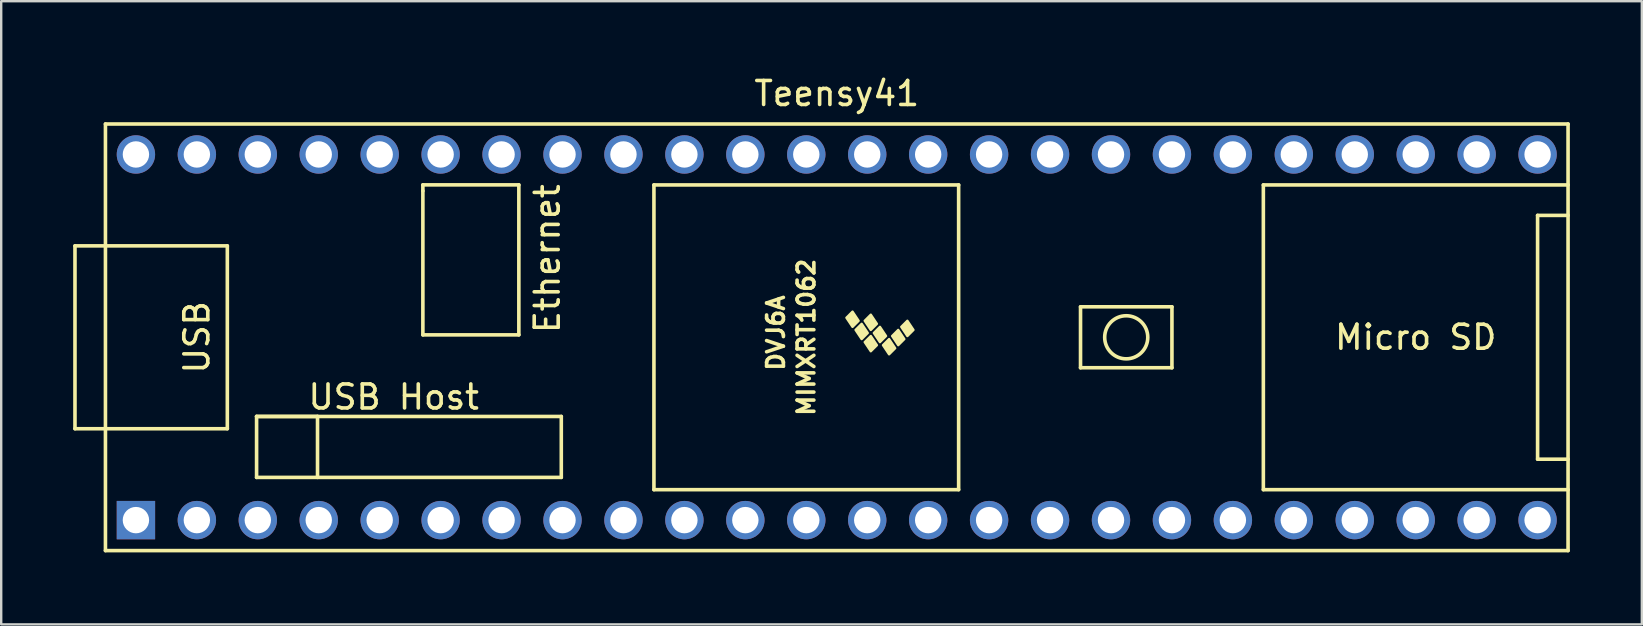
<source format=kicad_pcb>
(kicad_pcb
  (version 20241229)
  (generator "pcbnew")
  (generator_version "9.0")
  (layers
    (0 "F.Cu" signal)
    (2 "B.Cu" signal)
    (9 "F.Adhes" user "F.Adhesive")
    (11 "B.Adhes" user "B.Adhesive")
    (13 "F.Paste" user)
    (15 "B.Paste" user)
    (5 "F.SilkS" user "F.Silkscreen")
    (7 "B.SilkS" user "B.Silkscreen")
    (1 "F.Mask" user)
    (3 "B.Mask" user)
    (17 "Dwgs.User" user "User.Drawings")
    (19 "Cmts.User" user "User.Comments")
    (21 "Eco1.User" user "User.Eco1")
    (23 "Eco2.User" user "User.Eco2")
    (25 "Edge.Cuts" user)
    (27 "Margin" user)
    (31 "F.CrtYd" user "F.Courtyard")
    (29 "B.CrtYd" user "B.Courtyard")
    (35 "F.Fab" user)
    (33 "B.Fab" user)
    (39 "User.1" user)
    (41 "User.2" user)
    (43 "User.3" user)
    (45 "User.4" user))
  (footprint "Teensy41"
    (layer "F.Cu")
    (at 31.825 11.008)
    (property "Reference" "Teensy41" (at 0 -10.16 0) (layer "F.SilkS") (effects (font (size 1 1) (thickness 0.15))))
    (attr through_hole)
    (fp_line (start -31.75 -3.81) (end -30.48 -3.81) (stroke (width 0.15) (type solid)) (layer "F.SilkS"))
    (fp_line (start -31.75 3.81) (end -31.75 -3.81) (stroke (width 0.15) (type solid)) (layer "F.SilkS"))
    (fp_line (start -30.48 -8.89) (end 30.48 -8.89) (stroke (width 0.15) (type solid)) (layer "F.SilkS"))
    (fp_line (start -30.48 3.81) (end -31.75 3.81) (stroke (width 0.15) (type solid)) (layer "F.SilkS"))
    (fp_line (start -30.48 8.89) (end -30.48 -8.89) (stroke (width 0.15) (type solid)) (layer "F.SilkS"))
    (fp_line (start -25.4 -3.81) (end -30.48 -3.81) (stroke (width 0.15) (type solid)) (layer "F.SilkS"))
    (fp_line (start -25.4 3.81) (end -30.48 3.81) (stroke (width 0.15) (type solid)) (layer "F.SilkS"))
    (fp_line (start -25.4 3.81) (end -25.4 -3.81) (stroke (width 0.15) (type solid)) (layer "F.SilkS"))
    (fp_line (start -24.181 3.299) (end -21.641 3.299) (stroke (width 0.15) (type solid)) (layer "F.SilkS"))
    (fp_line (start -24.181 3.299) (end -11.481 3.299) (stroke (width 0.15) (type solid)) (layer "F.SilkS"))
    (fp_line (start -24.181 5.839) (end -24.181 3.299) (stroke (width 0.15) (type solid)) (layer "F.SilkS"))
    (fp_line (start -21.641 3.299) (end -21.641 5.839) (stroke (width 0.15) (type solid)) (layer "F.SilkS"))
    (fp_line (start -17.25 -6.352) (end -17.25 -6.102) (stroke (width 0.15) (type solid)) (layer "F.SilkS"))
    (fp_line (start -17.25 -6.102) (end -17.25 -0.102) (stroke (width 0.15) (type solid)) (layer "F.SilkS"))
    (fp_line (start -17.25 -0.102) (end -13.25 -0.102) (stroke (width 0.15) (type solid)) (layer "F.SilkS"))
    (fp_line (start -13.25 -6.352) (end -17.25 -6.352) (stroke (width 0.15) (type solid)) (layer "F.SilkS"))
    (fp_line (start -13.25 -0.102) (end -13.25 -6.352) (stroke (width 0.15) (type solid)) (layer "F.SilkS"))
    (fp_line (start -11.481 3.299) (end -11.481 5.839) (stroke (width 0.15) (type solid)) (layer "F.SilkS"))
    (fp_line (start -11.481 5.839) (end -24.181 5.839) (stroke (width 0.15) (type solid)) (layer "F.SilkS"))
    (fp_line (start -7.62 -6.35) (end -7.62 6.35) (stroke (width 0.15) (type solid)) (layer "F.SilkS"))
    (fp_line (start -7.62 6.35) (end 5.08 6.35) (stroke (width 0.15) (type solid)) (layer "F.SilkS"))
    (fp_line (start 5.08 -6.35) (end -7.62 -6.35) (stroke (width 0.15) (type solid)) (layer "F.SilkS"))
    (fp_line (start 5.08 6.35) (end 5.08 -6.35) (stroke (width 0.15) (type solid)) (layer "F.SilkS"))
    (fp_line (start 10.16 -1.27) (end 13.97 -1.27) (stroke (width 0.15) (type solid)) (layer "F.SilkS"))
    (fp_line (start 10.16 1.27) (end 10.16 -1.27) (stroke (width 0.15) (type solid)) (layer "F.SilkS"))
    (fp_line (start 13.97 -1.27) (end 13.97 1.27) (stroke (width 0.15) (type solid)) (layer "F.SilkS"))
    (fp_line (start 13.97 1.27) (end 10.16 1.27) (stroke (width 0.15) (type solid)) (layer "F.SilkS"))
    (fp_line (start 17.78 -6.35) (end 17.78 6.35) (stroke (width 0.15) (type solid)) (layer "F.SilkS"))
    (fp_line (start 17.78 6.35) (end 30.48 6.35) (stroke (width 0.15) (type solid)) (layer "F.SilkS"))
    (fp_line (start 29.21 -5.08) (end 29.21 5.08) (stroke (width 0.15) (type solid)) (layer "F.SilkS"))
    (fp_line (start 29.21 5.08) (end 30.48 5.08) (stroke (width 0.15) (type solid)) (layer "F.SilkS"))
    (fp_line (start 30.48 -8.89) (end 30.48 8.89) (stroke (width 0.15) (type solid)) (layer "F.SilkS"))
    (fp_line (start 30.48 -6.35) (end 17.78 -6.35) (stroke (width 0.15) (type solid)) (layer "F.SilkS"))
    (fp_line (start 30.48 -5.08) (end 29.21 -5.08) (stroke (width 0.15) (type solid)) (layer "F.SilkS"))
    (fp_line (start 30.48 8.89) (end -30.48 8.89) (stroke (width 0.15) (type solid)) (layer "F.SilkS"))
    (fp_circle (center 12.065 0) (end 12.7 -0.635) (stroke (width 0.15) (type solid)) (fill no) (layer "F.SilkS"))
    (fp_poly (pts (xy 0.911 -0.688) (xy 0.657 -0.434) (xy 0.403 -0.815) (xy 0.657 -1.069)) (stroke (width 0.1) (type solid)) (fill yes) (layer "F.SilkS"))
    (fp_poly (pts (xy 1.292 -0.18) (xy 1.038 0.074) (xy 0.784 -0.307) (xy 1.038 -0.561)) (stroke (width 0.1) (type solid)) (fill yes) (layer "F.SilkS"))
    (fp_poly (pts (xy 1.673 -0.561) (xy 1.419 -0.307) (xy 1.165 -0.688) (xy 1.419 -0.942)) (stroke (width 0.1) (type solid)) (fill yes) (layer "F.SilkS"))
    (fp_poly (pts (xy 1.673 0.328) (xy 1.419 0.582) (xy 1.165 0.201) (xy 1.419 -0.053)) (stroke (width 0.1) (type solid)) (fill yes) (layer "F.SilkS"))
    (fp_poly (pts (xy 2.054 -0.053) (xy 1.8 0.201) (xy 1.546 -0.18) (xy 1.8 -0.434)) (stroke (width 0.1) (type solid)) (fill yes) (layer "F.SilkS"))
    (fp_poly (pts (xy 2.435 0.455) (xy 2.181 0.709) (xy 1.927 0.328) (xy 2.181 0.074)) (stroke (width 0.1) (type solid)) (fill yes) (layer "F.SilkS"))
    (fp_poly (pts (xy 2.816 0.074) (xy 2.562 0.328) (xy 2.308 -0.053) (xy 2.562 -0.307)) (stroke (width 0.1) (type solid)) (fill yes) (layer "F.SilkS"))
    (fp_poly (pts (xy 3.197 -0.307) (xy 2.943 -0.053) (xy 2.689 -0.434) (xy 2.943 -0.688)) (stroke (width 0.1) (type solid)) (fill yes) (layer "F.SilkS"))
    (fp_text user "Ethernet" (at -12.065 -3.277 90) (layer "F.SilkS") (effects (font (size 1 1) (thickness 0.15))))
    (fp_text user "DVJ6A" (at -2.54 -0.18 270) (layer "F.SilkS") (effects (font (size 0.7 0.7) (thickness 0.15))))
    (fp_text user "USB Host" (at -18.466 2.489 0) (layer "F.SilkS") (effects (font (size 1 1) (thickness 0.15))))
    (fp_text user "MIMXRT1062" (at -1.27 0 270) (layer "F.SilkS") (effects (font (size 0.7 0.7) (thickness 0.15))))
    (fp_text user "Micro SD" (at 24.13 0 0) (layer "F.SilkS") (effects (font (size 1 1) (thickness 0.15))))
    (fp_text user "USB" (at -26.67 0 270) (layer "F.SilkS") (effects (font (size 1 1) (thickness 0.15))))
    (pad "1" thru_hole rect (at -29.21 7.62) (size 1.6 1.6) (drill 1.1) (layers "*.Cu" "*.Mask"))
    (pad "2" thru_hole circle (at -26.67 7.62) (size 1.6 1.6) (drill 1.1) (layers "*.Cu" "*.Mask"))
    (pad "3" thru_hole circle (at -24.13 7.62) (size 1.6 1.6) (drill 1.1) (layers "*.Cu" "*.Mask"))
    (pad "4" thru_hole circle (at -21.59 7.62) (size 1.6 1.6) (drill 1.1) (layers "*.Cu" "*.Mask"))
    (pad "5" thru_hole circle (at -19.05 7.62) (size 1.6 1.6) (drill 1.1) (layers "*.Cu" "*.Mask"))
    (pad "6" thru_hole circle (at -16.51 7.62) (size 1.6 1.6) (drill 1.1) (layers "*.Cu" "*.Mask"))
    (pad "7" thru_hole circle (at -13.97 7.62) (size 1.6 1.6) (drill 1.1) (layers "*.Cu" "*.Mask"))
    (pad "8" thru_hole circle (at -11.43 7.62) (size 1.6 1.6) (drill 1.1) (layers "*.Cu" "*.Mask"))
    (pad "9" thru_hole circle (at -8.89 7.62) (size 1.6 1.6) (drill 1.1) (layers "*.Cu" "*.Mask"))
    (pad "10" thru_hole circle (at -6.35 7.62) (size 1.6 1.6) (drill 1.1) (layers "*.Cu" "*.Mask"))
    (pad "11" thru_hole circle (at -3.81 7.62) (size 1.6 1.6) (drill 1.1) (layers "*.Cu" "*.Mask"))
    (pad "12" thru_hole circle (at -1.27 7.62) (size 1.6 1.6) (drill 1.1) (layers "*.Cu" "*.Mask"))
    (pad "13" thru_hole circle (at 1.27 7.62) (size 1.6 1.6) (drill 1.1) (layers "*.Cu" "*.Mask"))
    (pad "14" thru_hole circle (at 3.81 7.62) (size 1.6 1.6) (drill 1.1) (layers "*.Cu" "*.Mask"))
    (pad "15" thru_hole circle (at 6.35 7.62) (size 1.6 1.6) (drill 1.1) (layers "*.Cu" "*.Mask"))
    (pad "16" thru_hole circle (at 8.89 7.62) (size 1.6 1.6) (drill 1.1) (layers "*.Cu" "*.Mask"))
    (pad "17" thru_hole circle (at 11.43 7.62) (size 1.6 1.6) (drill 1.1) (layers "*.Cu" "*.Mask"))
    (pad "18" thru_hole circle (at 13.97 7.62) (size 1.6 1.6) (drill 1.1) (layers "*.Cu" "*.Mask"))
    (pad "19" thru_hole circle (at 16.51 7.62) (size 1.6 1.6) (drill 1.1) (layers "*.Cu" "*.Mask"))
    (pad "20" thru_hole circle (at 19.05 7.62) (size 1.6 1.6) (drill 1.1) (layers "*.Cu" "*.Mask"))
    (pad "21" thru_hole circle (at 21.59 7.62) (size 1.6 1.6) (drill 1.1) (layers "*.Cu" "*.Mask"))
    (pad "22" thru_hole circle (at 24.13 7.62) (size 1.6 1.6) (drill 1.1) (layers "*.Cu" "*.Mask"))
    (pad "23" thru_hole circle (at 26.67 7.62) (size 1.6 1.6) (drill 1.1) (layers "*.Cu" "*.Mask"))
    (pad "24" thru_hole circle (at 29.21 7.62) (size 1.6 1.6) (drill 1.1) (layers "*.Cu" "*.Mask"))
    (pad "25" thru_hole circle (at 29.21 -7.62) (size 1.6 1.6) (drill 1.1) (layers "*.Cu" "*.Mask"))
    (pad "26" thru_hole circle (at 26.67 -7.62) (size 1.6 1.6) (drill 1.1) (layers "*.Cu" "*.Mask"))
    (pad "27" thru_hole circle (at 24.13 -7.62) (size 1.6 1.6) (drill 1.1) (layers "*.Cu" "*.Mask"))
    (pad "28" thru_hole circle (at 21.59 -7.62) (size 1.6 1.6) (drill 1.1) (layers "*.Cu" "*.Mask"))
    (pad "29" thru_hole circle (at 19.05 -7.62) (size 1.6 1.6) (drill 1.1) (layers "*.Cu" "*.Mask"))
    (pad "30" thru_hole circle (at 16.51 -7.62) (size 1.6 1.6) (drill 1.1) (layers "*.Cu" "*.Mask"))
    (pad "31" thru_hole circle (at 13.97 -7.62) (size 1.6 1.6) (drill 1.1) (layers "*.Cu" "*.Mask"))
    (pad "32" thru_hole circle (at 11.43 -7.62) (size 1.6 1.6) (drill 1.1) (layers "*.Cu" "*.Mask"))
    (pad "33" thru_hole circle (at 8.89 -7.62) (size 1.6 1.6) (drill 1.1) (layers "*.Cu" "*.Mask"))
    (pad "34" thru_hole circle (at 6.35 -7.62) (size 1.6 1.6) (drill 1.1) (layers "*.Cu" "*.Mask"))
    (pad "35" thru_hole circle (at 3.81 -7.62) (size 1.6 1.6) (drill 1.1) (layers "*.Cu" "*.Mask"))
    (pad "36" thru_hole circle (at 1.27 -7.62) (size 1.6 1.6) (drill 1.1) (layers "*.Cu" "*.Mask"))
    (pad "37" thru_hole circle (at -1.27 -7.62) (size 1.6 1.6) (drill 1.1) (layers "*.Cu" "*.Mask"))
    (pad "38" thru_hole circle (at -3.81 -7.62) (size 1.6 1.6) (drill 1.1) (layers "*.Cu" "*.Mask"))
    (pad "39" thru_hole circle (at -6.35 -7.62) (size 1.6 1.6) (drill 1.1) (layers "*.Cu" "*.Mask"))
    (pad "40" thru_hole circle (at -8.89 -7.62) (size 1.6 1.6) (drill 1.1) (layers "*.Cu" "*.Mask"))
    (pad "41" thru_hole circle (at -11.43 -7.62) (size 1.6 1.6) (drill 1.1) (layers "*.Cu" "*.Mask"))
    (pad "42" thru_hole circle (at -13.97 -7.62) (size 1.6 1.6) (drill 1.1) (layers "*.Cu" "*.Mask"))
    (pad "43" thru_hole circle (at -16.51 -7.62) (size 1.6 1.6) (drill 1.1) (layers "*.Cu" "*.Mask"))
    (pad "44" thru_hole circle (at -19.05 -7.62) (size 1.6 1.6) (drill 1.1) (layers "*.Cu" "*.Mask"))
    (pad "45" thru_hole circle (at -21.59 -7.62) (size 1.6 1.6) (drill 1.1) (layers "*.Cu" "*.Mask"))
    (pad "46" thru_hole circle (at -24.13 -7.62) (size 1.6 1.6) (drill 1.1) (layers "*.Cu" "*.Mask"))
    (pad "47" thru_hole circle (at -26.67 -7.62) (size 1.6 1.6) (drill 1.1) (layers "*.Cu" "*.Mask"))
    (pad "48" thru_hole circle (at -29.21 -7.62) (size 1.6 1.6) (drill 1.1) (layers "*.Cu" "*.Mask")))
  (gr_rect
    (start -3 -3)
    (end 65.38 22.973)
    (stroke (width 0.1) (type default))
    (fill no)
    (layer "Edge.Cuts")))
</source>
